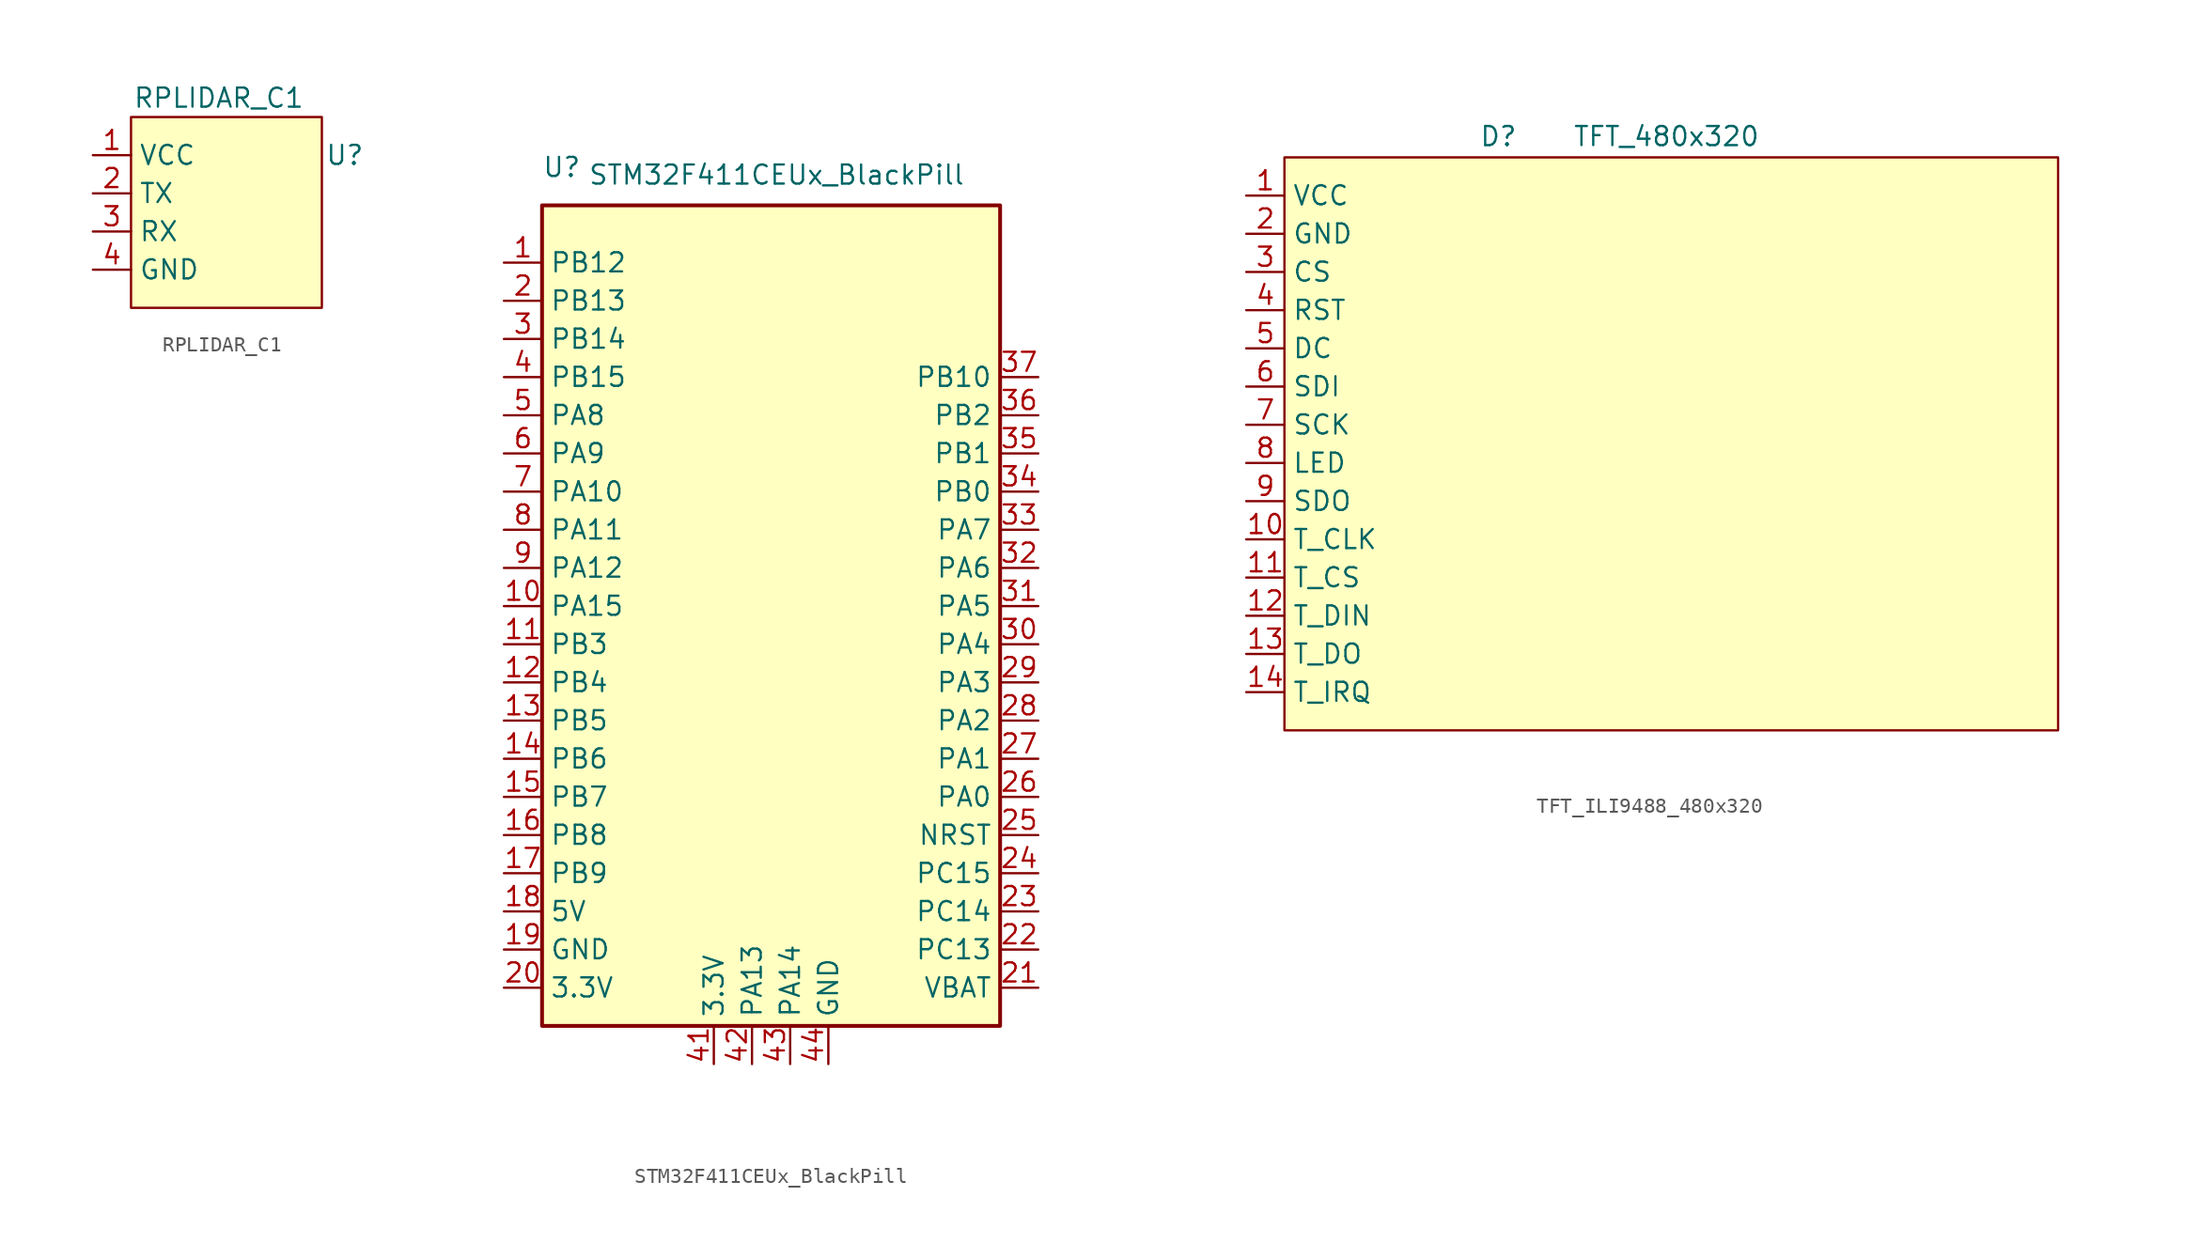
<source format=kicad_sym>
(kicad_symbol_lib
  (version 20241209)
  (generator "kicad_symbol_editor")
  (generator_version "9.0")
  (symbol "RPLIDAR_C1"
    (property "Reference" "U"
      (at 7.874 3.81 0)
      (effects (font (size 1.27 1.27))))
    (property "Value" "RPLIDAR_C1"
      (at -0.508 7.62 0)
      (effects (font (size 1.27 1.27))))
    (symbol "RPLIDAR_C1_1_1"
      (rectangle (start -6.35 6.35) (end 6.35 -6.35) (stroke (width 0) (type solid)) (fill (type background)))
      (pin power_in line (at -8.89 3.81 0) (length 2.54) (name "VCC" (effects (font (size 1.27 1.27)))) (number "1" (effects (font (size 1.27 1.27)))))
      (pin output line (at -8.89 1.27 0) (length 2.54) (name "TX" (effects (font (size 1.27 1.27)))) (number "2" (effects (font (size 1.27 1.27)))))
      (pin output line (at -8.89 -1.27 0) (length 2.54) (name "RX" (effects (font (size 1.27 1.27)))) (number "3" (effects (font (size 1.27 1.27)))))
      (pin power_in line (at -8.89 -3.81 0) (length 2.54) (name "GND" (effects (font (size 1.27 1.27)))) (number "4" (effects (font (size 1.27 1.27)))))))
  (symbol "STM32F411CEUx_BlackPill"
    (property "Reference" "U"
      (at -15.24 41.91 0)
      (effects (font (size 1.27 1.27)) (justify left)))
    (property "Value" "STM32F411CEUx_BlackPill"
      (at -12.192 41.402 0)
      (effects (font (size 1.27 1.27)) (justify left)))
    (symbol "STM32F411CEUx_BlackPill_0_1"
      (rectangle (start -15.24 39.37) (end 15.24 -15.24) (stroke (width 0.254) (type default)) (fill (type background))))
    (symbol "STM32F411CEUx_BlackPill_1_1"
      (pin bidirectional line (at -17.78 35.56 0) (length 2.54) (name "PB12" (effects (font (size 1.27 1.27)))) (number "1" (effects (font (size 1.27 1.27)))) (alternate "I2C2_SMBA" bidirectional line) (alternate "I2S2_WS" bidirectional line) (alternate "I2S3_CK" bidirectional line) (alternate "I2S4_WS" bidirectional line) (alternate "SPI2_NSS" bidirectional line) (alternate "SPI3_SCK" bidirectional line) (alternate "SPI4_NSS" bidirectional line) (alternate "TIM1_BKIN" bidirectional line))
      (pin bidirectional line (at -17.78 33.02 0) (length 2.54) (name "PB13" (effects (font (size 1.27 1.27)))) (number "2" (effects (font (size 1.27 1.27)))) (alternate "I2S2_CK" bidirectional line) (alternate "I2S4_CK" bidirectional line) (alternate "SPI2_SCK" bidirectional line) (alternate "SPI4_SCK" bidirectional line) (alternate "TIM1_CH1N" bidirectional line))
      (pin bidirectional line (at -17.78 30.48 0) (length 2.54) (name "PB14" (effects (font (size 1.27 1.27)))) (number "3" (effects (font (size 1.27 1.27)))) (alternate "I2S2_ext_SD" bidirectional line) (alternate "SDIO_D6" bidirectional line) (alternate "SPI2_MISO" bidirectional line) (alternate "TIM1_CH2N" bidirectional line))
      (pin bidirectional line (at -17.78 27.94 0) (length 2.54) (name "PB15" (effects (font (size 1.27 1.27)))) (number "4" (effects (font (size 1.27 1.27)))) (alternate "ADC1_EXTI15" bidirectional line) (alternate "I2S2_SD" bidirectional line) (alternate "RTC_REFIN" bidirectional line) (alternate "SDIO_CK" bidirectional line) (alternate "SPI2_MOSI" bidirectional line) (alternate "TIM1_CH3N" bidirectional line))
      (pin bidirectional line (at -17.78 25.4 0) (length 2.54) (name "PA8" (effects (font (size 1.27 1.27)))) (number "5" (effects (font (size 1.27 1.27)))) (alternate "I2C3_SCL" bidirectional line) (alternate "RCC_MCO_1" bidirectional line) (alternate "SDIO_D1" bidirectional line) (alternate "TIM1_CH1" bidirectional line) (alternate "USART1_CK" bidirectional line) (alternate "USB_OTG_FS_SOF" bidirectional line))
      (pin bidirectional line (at -17.78 22.86 0) (length 2.54) (name "PA9" (effects (font (size 1.27 1.27)))) (number "6" (effects (font (size 1.27 1.27)))) (alternate "I2C3_SMBA" bidirectional line) (alternate "SDIO_D2" bidirectional line) (alternate "TIM1_CH2" bidirectional line) (alternate "USART1_TX" bidirectional line) (alternate "USB_OTG_FS_VBUS" bidirectional line))
      (pin bidirectional line (at -17.78 20.32 0) (length 2.54) (name "PA10" (effects (font (size 1.27 1.27)))) (number "7" (effects (font (size 1.27 1.27)))) (alternate "I2S5_SD" bidirectional line) (alternate "SPI5_MOSI" bidirectional line) (alternate "TIM1_CH3" bidirectional line) (alternate "USART1_RX" bidirectional line) (alternate "USB_OTG_FS_ID" bidirectional line))
      (pin bidirectional line (at -17.78 17.78 0) (length 2.54) (name "PA11" (effects (font (size 1.27 1.27)))) (number "8" (effects (font (size 1.27 1.27)))) (alternate "ADC1_EXTI11" bidirectional line) (alternate "SPI4_MISO" bidirectional line) (alternate "TIM1_CH4" bidirectional line) (alternate "USART1_CTS" bidirectional line) (alternate "USART6_TX" bidirectional line) (alternate "USB_OTG_FS_DM" bidirectional line))
      (pin bidirectional line (at -17.78 15.24 0) (length 2.54) (name "PA12" (effects (font (size 1.27 1.27)))) (number "9" (effects (font (size 1.27 1.27)))) (alternate "SPI5_MISO" bidirectional line) (alternate "TIM1_ETR" bidirectional line) (alternate "USART1_RTS" bidirectional line) (alternate "USART6_RX" bidirectional line) (alternate "USB_OTG_FS_DP" bidirectional line))
      (pin bidirectional line (at -17.78 12.7 0) (length 2.54) (name "PA15" (effects (font (size 1.27 1.27)))) (number "10" (effects (font (size 1.27 1.27)))) (alternate "ADC1_EXTI15" bidirectional line) (alternate "I2S1_WS" bidirectional line) (alternate "I2S3_WS" bidirectional line) (alternate "SPI1_NSS" bidirectional line) (alternate "SPI3_NSS" bidirectional line) (alternate "SYS_JTDI" bidirectional line) (alternate "TIM2_CH1" bidirectional line) (alternate "TIM2_ETR" bidirectional line) (alternate "USART1_TX" bidirectional line))
      (pin bidirectional line (at -17.78 10.16 0) (length 2.54) (name "PB3" (effects (font (size 1.27 1.27)))) (number "11" (effects (font (size 1.27 1.27)))) (alternate "I2C2_SDA" bidirectional line) (alternate "I2S1_CK" bidirectional line) (alternate "I2S3_CK" bidirectional line) (alternate "SPI1_SCK" bidirectional line) (alternate "SPI3_SCK" bidirectional line) (alternate "SYS_JTDO-SWO" bidirectional line) (alternate "TIM2_CH2" bidirectional line) (alternate "USART1_RX" bidirectional line))
      (pin bidirectional line (at -17.78 7.62 0) (length 2.54) (name "PB4" (effects (font (size 1.27 1.27)))) (number "12" (effects (font (size 1.27 1.27)))) (alternate "I2C3_SDA" bidirectional line) (alternate "I2S3_ext_SD" bidirectional line) (alternate "SDIO_D0" bidirectional line) (alternate "SPI1_MISO" bidirectional line) (alternate "SPI3_MISO" bidirectional line) (alternate "SYS_JTRST" bidirectional line) (alternate "TIM3_CH1" bidirectional line))
      (pin bidirectional line (at -17.78 5.08 0) (length 2.54) (name "PB5" (effects (font (size 1.27 1.27)))) (number "13" (effects (font (size 1.27 1.27)))) (alternate "I2C1_SMBA" bidirectional line) (alternate "I2S1_SD" bidirectional line) (alternate "I2S3_SD" bidirectional line) (alternate "SDIO_D3" bidirectional line) (alternate "SPI1_MOSI" bidirectional line) (alternate "SPI3_MOSI" bidirectional line) (alternate "TIM3_CH2" bidirectional line))
      (pin bidirectional line (at -17.78 2.54 0) (length 2.54) (name "PB6" (effects (font (size 1.27 1.27)))) (number "14" (effects (font (size 1.27 1.27)))) (alternate "I2C1_SCL" bidirectional line) (alternate "TIM4_CH1" bidirectional line) (alternate "USART1_TX" bidirectional line))
      (pin bidirectional line (at -17.78 0 0) (length 2.54) (name "PB7" (effects (font (size 1.27 1.27)))) (number "15" (effects (font (size 1.27 1.27)))) (alternate "I2C1_SDA" bidirectional line) (alternate "SDIO_D0" bidirectional line) (alternate "TIM4_CH2" bidirectional line) (alternate "USART1_RX" bidirectional line))
      (pin bidirectional line (at -17.78 -2.54 0) (length 2.54) (name "PB8" (effects (font (size 1.27 1.27)))) (number "16" (effects (font (size 1.27 1.27)))) (alternate "I2C1_SCL" bidirectional line) (alternate "I2C3_SDA" bidirectional line) (alternate "I2S5_SD" bidirectional line) (alternate "SDIO_D4" bidirectional line) (alternate "SPI5_MOSI" bidirectional line) (alternate "TIM10_CH1" bidirectional line) (alternate "TIM4_CH3" bidirectional line))
      (pin bidirectional line (at -17.78 -5.08 0) (length 2.54) (name "PB9" (effects (font (size 1.27 1.27)))) (number "17" (effects (font (size 1.27 1.27)))) (alternate "I2C1_SDA" bidirectional line) (alternate "I2C2_SDA" bidirectional line) (alternate "I2S2_WS" bidirectional line) (alternate "SDIO_D5" bidirectional line) (alternate "SPI2_NSS" bidirectional line) (alternate "TIM11_CH1" bidirectional line) (alternate "TIM4_CH4" bidirectional line))
      (pin power_out line (at -17.78 -7.62 0) (length 2.54) (name "5V" (effects (font (size 1.27 1.27)))) (number "18" (effects (font (size 1.27 1.27)))))
      (pin power_out line (at -17.78 -10.16 0) (length 2.54) (name "GND" (effects (font (size 1.27 1.27)))) (number "19" (effects (font (size 1.27 1.27)))))
      (pin power_out line (at -17.78 -12.7 0) (length 2.54) (name "3.3V" (effects (font (size 1.27 1.27)))) (number "20" (effects (font (size 1.27 1.27)))))
      (pin power_out line (at -3.81 -17.78 90) (length 2.54) (name "3.3V" (effects (font (size 1.27 1.27)))) (number "41" (effects (font (size 1.27 1.27)))))
      (pin bidirectional line (at -1.27 -17.78 90) (length 2.54) (name "PA13" (effects (font (size 1.27 1.27)))) (number "42" (effects (font (size 1.27 1.27)))) (alternate "SYS_JTMS-SWDIO" bidirectional line))
      (pin bidirectional line (at 1.27 -17.78 90) (length 2.54) (name "PA14" (effects (font (size 1.27 1.27)))) (number "43" (effects (font (size 1.27 1.27)))) (alternate "SYS_JTCK-SWCLK" bidirectional line))
      (pin power_out line (at 3.81 -17.78 90) (length 2.54) (name "GND" (effects (font (size 1.27 1.27)))) (number "44" (effects (font (size 1.27 1.27)))))
      (pin bidirectional line (at 17.78 27.94 180) (length 2.54) (name "PB10" (effects (font (size 1.27 1.27)))) (number "37" (effects (font (size 1.27 1.27)))) (alternate "I2C2_SCL" bidirectional line) (alternate "I2S2_CK" bidirectional line) (alternate "I2S3_MCK" bidirectional line) (alternate "SDIO_D7" bidirectional line) (alternate "SPI2_SCK" bidirectional line) (alternate "TIM2_CH3" bidirectional line))
      (pin bidirectional line (at 17.78 25.4 180) (length 2.54) (name "PB2" (effects (font (size 1.27 1.27)))) (number "36" (effects (font (size 1.27 1.27)))))
      (pin bidirectional line (at 17.78 22.86 180) (length 2.54) (name "PB1" (effects (font (size 1.27 1.27)))) (number "35" (effects (font (size 1.27 1.27)))) (alternate "ADC1_IN9" bidirectional line) (alternate "I2S5_WS" bidirectional line) (alternate "SPI5_NSS" bidirectional line) (alternate "TIM1_CH3N" bidirectional line) (alternate "TIM3_CH4" bidirectional line))
      (pin bidirectional line (at 17.78 20.32 180) (length 2.54) (name "PB0" (effects (font (size 1.27 1.27)))) (number "34" (effects (font (size 1.27 1.27)))) (alternate "ADC1_IN8" bidirectional line) (alternate "I2S5_CK" bidirectional line) (alternate "SPI5_SCK" bidirectional line) (alternate "TIM1_CH2N" bidirectional line) (alternate "TIM3_CH3" bidirectional line))
      (pin bidirectional line (at 17.78 17.78 180) (length 2.54) (name "PA7" (effects (font (size 1.27 1.27)))) (number "33" (effects (font (size 1.27 1.27)))) (alternate "ADC1_IN7" bidirectional line) (alternate "I2S1_SD" bidirectional line) (alternate "SPI1_MOSI" bidirectional line) (alternate "TIM1_CH1N" bidirectional line) (alternate "TIM3_CH2" bidirectional line))
      (pin bidirectional line (at 17.78 15.24 180) (length 2.54) (name "PA6" (effects (font (size 1.27 1.27)))) (number "32" (effects (font (size 1.27 1.27)))) (alternate "ADC1_IN6" bidirectional line) (alternate "I2S2_MCK" bidirectional line) (alternate "SDIO_CMD" bidirectional line) (alternate "SPI1_MISO" bidirectional line) (alternate "TIM1_BKIN" bidirectional line) (alternate "TIM3_CH1" bidirectional line))
      (pin bidirectional line (at 17.78 12.7 180) (length 2.54) (name "PA5" (effects (font (size 1.27 1.27)))) (number "31" (effects (font (size 1.27 1.27)))) (alternate "ADC1_IN5" bidirectional line) (alternate "I2S1_CK" bidirectional line) (alternate "SPI1_SCK" bidirectional line) (alternate "TIM2_CH1" bidirectional line) (alternate "TIM2_ETR" bidirectional line))
      (pin bidirectional line (at 17.78 10.16 180) (length 2.54) (name "PA4" (effects (font (size 1.27 1.27)))) (number "30" (effects (font (size 1.27 1.27)))) (alternate "ADC1_IN4" bidirectional line) (alternate "I2S1_WS" bidirectional line) (alternate "I2S3_WS" bidirectional line) (alternate "SPI1_NSS" bidirectional line) (alternate "SPI3_NSS" bidirectional line) (alternate "USART2_CK" bidirectional line))
      (pin bidirectional line (at 17.78 7.62 180) (length 2.54) (name "PA3" (effects (font (size 1.27 1.27)))) (number "29" (effects (font (size 1.27 1.27)))) (alternate "ADC1_IN3" bidirectional line) (alternate "I2S2_MCK" bidirectional line) (alternate "TIM2_CH4" bidirectional line) (alternate "TIM5_CH4" bidirectional line) (alternate "TIM9_CH2" bidirectional line) (alternate "USART2_RX" bidirectional line))
      (pin bidirectional line (at 17.78 5.08 180) (length 2.54) (name "PA2" (effects (font (size 1.27 1.27)))) (number "28" (effects (font (size 1.27 1.27)))) (alternate "ADC1_IN2" bidirectional line) (alternate "I2S_CKIN" bidirectional line) (alternate "TIM2_CH3" bidirectional line) (alternate "TIM5_CH3" bidirectional line) (alternate "TIM9_CH1" bidirectional line) (alternate "USART2_TX" bidirectional line))
      (pin bidirectional line (at 17.78 2.54 180) (length 2.54) (name "PA1" (effects (font (size 1.27 1.27)))) (number "27" (effects (font (size 1.27 1.27)))) (alternate "ADC1_IN1" bidirectional line) (alternate "I2S4_SD" bidirectional line) (alternate "SPI4_MOSI" bidirectional line) (alternate "TIM2_CH2" bidirectional line) (alternate "TIM5_CH2" bidirectional line) (alternate "USART2_RTS" bidirectional line))
      (pin bidirectional line (at 17.78 0 180) (length 2.54) (name "PA0" (effects (font (size 1.27 1.27)))) (number "26" (effects (font (size 1.27 1.27)))) (alternate "ADC1_IN0" bidirectional line) (alternate "SYS_WKUP" bidirectional line) (alternate "TIM2_CH1" bidirectional line) (alternate "TIM2_ETR" bidirectional line) (alternate "TIM5_CH1" bidirectional line) (alternate "USART2_CTS" bidirectional line))
      (pin input line (at 17.78 -2.54 180) (length 2.54) (name "NRST" (effects (font (size 1.27 1.27)))) (number "25" (effects (font (size 1.27 1.27)))))
      (pin bidirectional line (at 17.78 -5.08 180) (length 2.54) (name "PC15" (effects (font (size 1.27 1.27)))) (number "24" (effects (font (size 1.27 1.27)))) (alternate "ADC1_EXTI15" bidirectional line) (alternate "RCC_OSC32_OUT" bidirectional line))
      (pin bidirectional line (at 17.78 -7.62 180) (length 2.54) (name "PC14" (effects (font (size 1.27 1.27)))) (number "23" (effects (font (size 1.27 1.27)))) (alternate "RCC_OSC32_IN" bidirectional line))
      (pin bidirectional line (at 17.78 -10.16 180) (length 2.54) (name "PC13" (effects (font (size 1.27 1.27)))) (number "22" (effects (font (size 1.27 1.27)))) (alternate "RTC_AF1" bidirectional line))
      (pin power_in line (at 17.78 -12.7 180) (length 2.54) (name "VBAT" (effects (font (size 1.27 1.27)))) (number "21" (effects (font (size 1.27 1.27)))))))
  (symbol "TFT_ILI9488_480x320"
    (property "Reference" "D"
      (at -11.176 20.447 0)
      (effects (font (size 1.27 1.27))))
    (property "Value" "TFT_480x320"
      (at 0 20.447 0)
      (effects (font (size 1.27 1.27))))
    (symbol "TFT_ILI9488_480x320_1_1"
      (rectangle (start -25.4 19.05) (end 26.035 -19.05) (stroke (width 0) (type solid)) (fill (type background)))
      (pin power_in line (at -27.94 16.51 0) (length 2.54) (name "VCC" (effects (font (size 1.27 1.27)))) (number "1" (effects (font (size 1.27 1.27)))))
      (pin power_in line (at -27.94 13.97 0) (length 2.54) (name "GND" (effects (font (size 1.27 1.27)))) (number "2" (effects (font (size 1.27 1.27)))))
      (pin input line (at -27.94 11.43 0) (length 2.54) (name "CS" (effects (font (size 1.27 1.27)))) (number "3" (effects (font (size 1.27 1.27)))))
      (pin input line (at -27.94 8.89 0) (length 2.54) (name "RST" (effects (font (size 1.27 1.27)))) (number "4" (effects (font (size 1.27 1.27)))))
      (pin input line (at -27.94 6.35 0) (length 2.54) (name "DC" (effects (font (size 1.27 1.27)))) (number "5" (effects (font (size 1.27 1.27)))))
      (pin input line (at -27.94 3.81 0) (length 2.54) (name "SDI" (effects (font (size 1.27 1.27)))) (number "6" (effects (font (size 1.27 1.27)))))
      (pin input line (at -27.94 1.27 0) (length 2.54) (name "SCK" (effects (font (size 1.27 1.27)))) (number "7" (effects (font (size 1.27 1.27)))))
      (pin input line (at -27.94 -1.27 0) (length 2.54) (name "LED" (effects (font (size 1.27 1.27)))) (number "8" (effects (font (size 1.27 1.27)))))
      (pin output line (at -27.94 -3.81 0) (length 2.54) (name "SDO" (effects (font (size 1.27 1.27)))) (number "9" (effects (font (size 1.27 1.27)))))
      (pin input line (at -27.94 -6.35 0) (length 2.54) (name "T_CLK" (effects (font (size 1.27 1.27)))) (number "10" (effects (font (size 1.27 1.27)))))
      (pin input line (at -27.94 -8.89 0) (length 2.54) (name "T_CS" (effects (font (size 1.27 1.27)))) (number "11" (effects (font (size 1.27 1.27)))))
      (pin input line (at -27.94 -11.43 0) (length 2.54) (name "T_DIN" (effects (font (size 1.27 1.27)))) (number "12" (effects (font (size 1.27 1.27)))))
      (pin output line (at -27.94 -13.97 0) (length 2.54) (name "T_DO" (effects (font (size 1.27 1.27)))) (number "13" (effects (font (size 1.27 1.27)))))
      (pin output line (at -27.94 -16.51 0) (length 2.54) (name "T_IRQ" (effects (font (size 1.27 1.27)))) (number "14" (effects (font (size 1.27 1.27))))))))
</source>
